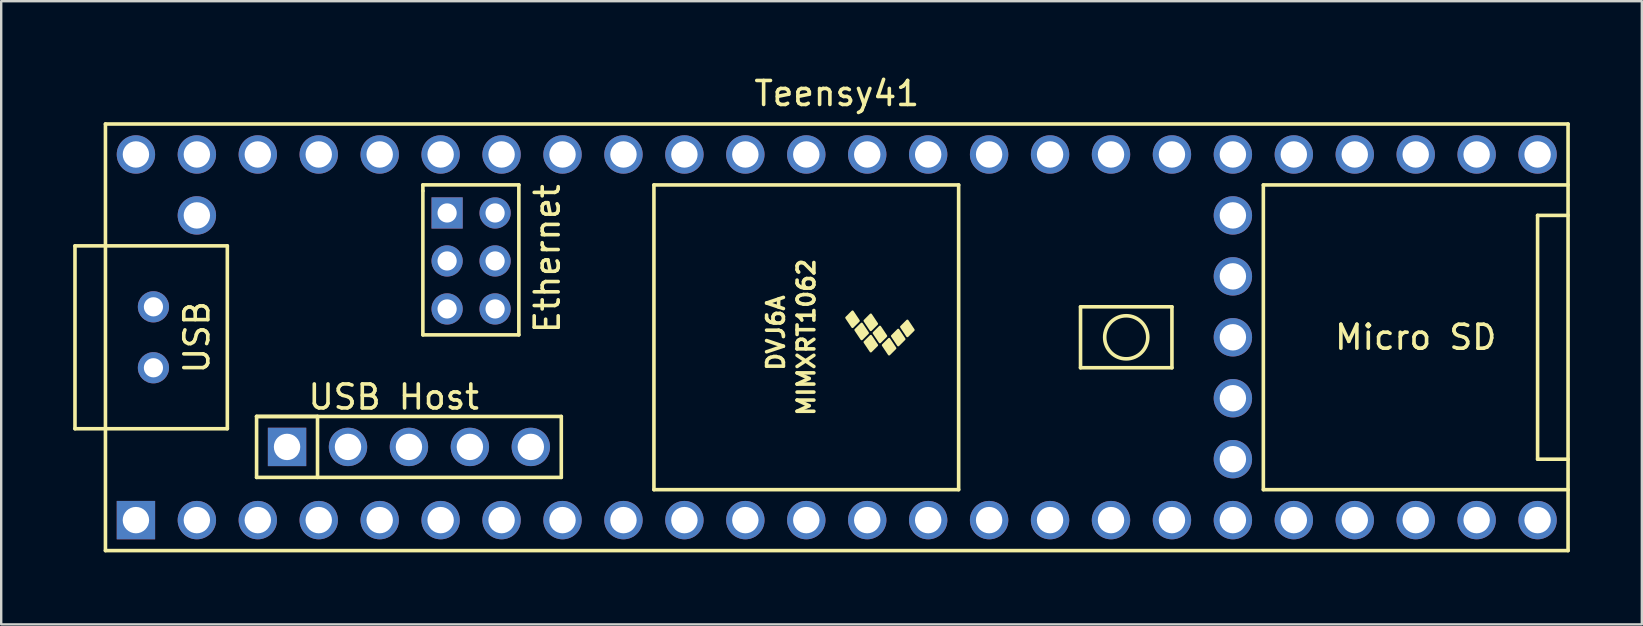
<source format=kicad_pcb>
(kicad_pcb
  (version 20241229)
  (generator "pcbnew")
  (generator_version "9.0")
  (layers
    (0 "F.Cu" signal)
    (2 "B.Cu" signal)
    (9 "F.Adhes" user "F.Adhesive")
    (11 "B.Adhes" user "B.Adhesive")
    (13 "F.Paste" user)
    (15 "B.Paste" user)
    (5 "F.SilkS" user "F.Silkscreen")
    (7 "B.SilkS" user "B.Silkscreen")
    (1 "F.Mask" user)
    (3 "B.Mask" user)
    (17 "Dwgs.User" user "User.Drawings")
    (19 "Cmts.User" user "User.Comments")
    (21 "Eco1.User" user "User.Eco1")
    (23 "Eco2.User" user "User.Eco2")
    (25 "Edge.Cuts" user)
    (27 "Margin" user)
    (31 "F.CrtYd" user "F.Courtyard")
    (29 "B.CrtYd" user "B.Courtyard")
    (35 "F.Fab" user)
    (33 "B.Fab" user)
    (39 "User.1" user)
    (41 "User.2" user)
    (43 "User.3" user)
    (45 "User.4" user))
  (footprint "Teensy41"
    (layer "F.Cu")
    (at 31.825 11.008)
    (property "Reference" "Teensy41" (at 0 -10.16 0) (layer "F.SilkS") (effects (font (size 1 1) (thickness 0.15))))
    (attr through_hole)
    (fp_line (start -31.75 -3.81) (end -30.48 -3.81) (stroke (width 0.15) (type solid)) (layer "F.SilkS"))
    (fp_line (start -31.75 3.81) (end -31.75 -3.81) (stroke (width 0.15) (type solid)) (layer "F.SilkS"))
    (fp_line (start -30.48 -8.89) (end 30.48 -8.89) (stroke (width 0.15) (type solid)) (layer "F.SilkS"))
    (fp_line (start -30.48 3.81) (end -31.75 3.81) (stroke (width 0.15) (type solid)) (layer "F.SilkS"))
    (fp_line (start -30.48 8.89) (end -30.48 -8.89) (stroke (width 0.15) (type solid)) (layer "F.SilkS"))
    (fp_line (start -25.4 -3.81) (end -30.48 -3.81) (stroke (width 0.15) (type solid)) (layer "F.SilkS"))
    (fp_line (start -25.4 3.81) (end -30.48 3.81) (stroke (width 0.15) (type solid)) (layer "F.SilkS"))
    (fp_line (start -25.4 3.81) (end -25.4 -3.81) (stroke (width 0.15) (type solid)) (layer "F.SilkS"))
    (fp_line (start -24.181 3.299) (end -21.641 3.299) (stroke (width 0.15) (type solid)) (layer "F.SilkS"))
    (fp_line (start -24.181 3.299) (end -11.481 3.299) (stroke (width 0.15) (type solid)) (layer "F.SilkS"))
    (fp_line (start -24.181 5.839) (end -24.181 3.299) (stroke (width 0.15) (type solid)) (layer "F.SilkS"))
    (fp_line (start -21.641 3.299) (end -21.641 5.839) (stroke (width 0.15) (type solid)) (layer "F.SilkS"))
    (fp_line (start -17.25 -6.352) (end -17.25 -6.102) (stroke (width 0.15) (type solid)) (layer "F.SilkS"))
    (fp_line (start -17.25 -6.102) (end -17.25 -0.102) (stroke (width 0.15) (type solid)) (layer "F.SilkS"))
    (fp_line (start -17.25 -0.102) (end -13.25 -0.102) (stroke (width 0.15) (type solid)) (layer "F.SilkS"))
    (fp_line (start -13.25 -6.352) (end -17.25 -6.352) (stroke (width 0.15) (type solid)) (layer "F.SilkS"))
    (fp_line (start -13.25 -0.102) (end -13.25 -6.352) (stroke (width 0.15) (type solid)) (layer "F.SilkS"))
    (fp_line (start -11.481 3.299) (end -11.481 5.839) (stroke (width 0.15) (type solid)) (layer "F.SilkS"))
    (fp_line (start -11.481 5.839) (end -24.181 5.839) (stroke (width 0.15) (type solid)) (layer "F.SilkS"))
    (fp_line (start -7.62 -6.35) (end -7.62 6.35) (stroke (width 0.15) (type solid)) (layer "F.SilkS"))
    (fp_line (start -7.62 6.35) (end 5.08 6.35) (stroke (width 0.15) (type solid)) (layer "F.SilkS"))
    (fp_line (start 5.08 -6.35) (end -7.62 -6.35) (stroke (width 0.15) (type solid)) (layer "F.SilkS"))
    (fp_line (start 5.08 6.35) (end 5.08 -6.35) (stroke (width 0.15) (type solid)) (layer "F.SilkS"))
    (fp_line (start 10.16 -1.27) (end 13.97 -1.27) (stroke (width 0.15) (type solid)) (layer "F.SilkS"))
    (fp_line (start 10.16 1.27) (end 10.16 -1.27) (stroke (width 0.15) (type solid)) (layer "F.SilkS"))
    (fp_line (start 13.97 -1.27) (end 13.97 1.27) (stroke (width 0.15) (type solid)) (layer "F.SilkS"))
    (fp_line (start 13.97 1.27) (end 10.16 1.27) (stroke (width 0.15) (type solid)) (layer "F.SilkS"))
    (fp_line (start 17.78 -6.35) (end 17.78 6.35) (stroke (width 0.15) (type solid)) (layer "F.SilkS"))
    (fp_line (start 17.78 6.35) (end 30.48 6.35) (stroke (width 0.15) (type solid)) (layer "F.SilkS"))
    (fp_line (start 29.21 -5.08) (end 29.21 5.08) (stroke (width 0.15) (type solid)) (layer "F.SilkS"))
    (fp_line (start 29.21 5.08) (end 30.48 5.08) (stroke (width 0.15) (type solid)) (layer "F.SilkS"))
    (fp_line (start 30.48 -8.89) (end 30.48 8.89) (stroke (width 0.15) (type solid)) (layer "F.SilkS"))
    (fp_line (start 30.48 -6.35) (end 17.78 -6.35) (stroke (width 0.15) (type solid)) (layer "F.SilkS"))
    (fp_line (start 30.48 -5.08) (end 29.21 -5.08) (stroke (width 0.15) (type solid)) (layer "F.SilkS"))
    (fp_line (start 30.48 8.89) (end -30.48 8.89) (stroke (width 0.15) (type solid)) (layer "F.SilkS"))
    (fp_circle (center 12.065 0) (end 12.7 -0.635) (stroke (width 0.15) (type solid)) (fill no) (layer "F.SilkS"))
    (fp_poly (pts (xy 0.911 -0.688) (xy 0.657 -0.434) (xy 0.403 -0.815) (xy 0.657 -1.069)) (stroke (width 0.1) (type solid)) (fill yes) (layer "F.SilkS"))
    (fp_poly (pts (xy 1.292 -0.18) (xy 1.038 0.074) (xy 0.784 -0.307) (xy 1.038 -0.561)) (stroke (width 0.1) (type solid)) (fill yes) (layer "F.SilkS"))
    (fp_poly (pts (xy 1.673 -0.561) (xy 1.419 -0.307) (xy 1.165 -0.688) (xy 1.419 -0.942)) (stroke (width 0.1) (type solid)) (fill yes) (layer "F.SilkS"))
    (fp_poly (pts (xy 1.673 0.328) (xy 1.419 0.582) (xy 1.165 0.201) (xy 1.419 -0.053)) (stroke (width 0.1) (type solid)) (fill yes) (layer "F.SilkS"))
    (fp_poly (pts (xy 2.054 -0.053) (xy 1.8 0.201) (xy 1.546 -0.18) (xy 1.8 -0.434)) (stroke (width 0.1) (type solid)) (fill yes) (layer "F.SilkS"))
    (fp_poly (pts (xy 2.435 0.455) (xy 2.181 0.709) (xy 1.927 0.328) (xy 2.181 0.074)) (stroke (width 0.1) (type solid)) (fill yes) (layer "F.SilkS"))
    (fp_poly (pts (xy 2.816 0.074) (xy 2.562 0.328) (xy 2.308 -0.053) (xy 2.562 -0.307)) (stroke (width 0.1) (type solid)) (fill yes) (layer "F.SilkS"))
    (fp_poly (pts (xy 3.197 -0.307) (xy 2.943 -0.053) (xy 2.689 -0.434) (xy 2.943 -0.688)) (stroke (width 0.1) (type solid)) (fill yes) (layer "F.SilkS"))
    (fp_text user "DVJ6A" (at -2.54 -0.18 270) (layer "F.SilkS") (effects (font (size 0.7 0.7) (thickness 0.15))))
    (fp_text user "USB" (at -26.67 0 270) (layer "F.SilkS") (effects (font (size 1 1) (thickness 0.15))))
    (fp_text user "MIMXRT1062" (at -1.27 0 270) (layer "F.SilkS") (effects (font (size 0.7 0.7) (thickness 0.15))))
    (fp_text user "Micro SD" (at 24.13 0 0) (layer "F.SilkS") (effects (font (size 1 1) (thickness 0.15))))
    (fp_text user "USB Host" (at -18.466 2.489 0) (layer "F.SilkS") (effects (font (size 1 1) (thickness 0.15))))
    (fp_text user "Ethernet" (at -12.065 -3.277 90) (layer "F.SilkS") (effects (font (size 1 1) (thickness 0.15))))
    (pad "1" thru_hole rect (at -29.21 7.62) (size 1.6 1.6) (drill 1.1) (layers "*.Cu" "*.Mask"))
    (pad "2" thru_hole circle (at -26.67 7.62) (size 1.6 1.6) (drill 1.1) (layers "*.Cu" "*.Mask"))
    (pad "3" thru_hole circle (at -24.13 7.62) (size 1.6 1.6) (drill 1.1) (layers "*.Cu" "*.Mask"))
    (pad "4" thru_hole circle (at -21.59 7.62) (size 1.6 1.6) (drill 1.1) (layers "*.Cu" "*.Mask"))
    (pad "5" thru_hole circle (at -19.05 7.62) (size 1.6 1.6) (drill 1.1) (layers "*.Cu" "*.Mask"))
    (pad "6" thru_hole circle (at -16.51 7.62) (size 1.6 1.6) (drill 1.1) (layers "*.Cu" "*.Mask"))
    (pad "7" thru_hole circle (at -13.97 7.62) (size 1.6 1.6) (drill 1.1) (layers "*.Cu" "*.Mask"))
    (pad "8" thru_hole circle (at -11.43 7.62) (size 1.6 1.6) (drill 1.1) (layers "*.Cu" "*.Mask"))
    (pad "9" thru_hole circle (at -8.89 7.62) (size 1.6 1.6) (drill 1.1) (layers "*.Cu" "*.Mask"))
    (pad "10" thru_hole circle (at -6.35 7.62) (size 1.6 1.6) (drill 1.1) (layers "*.Cu" "*.Mask"))
    (pad "11" thru_hole circle (at -3.81 7.62) (size 1.6 1.6) (drill 1.1) (layers "*.Cu" "*.Mask"))
    (pad "12" thru_hole circle (at -1.27 7.62) (size 1.6 1.6) (drill 1.1) (layers "*.Cu" "*.Mask"))
    (pad "13" thru_hole circle (at 1.27 7.62) (size 1.6 1.6) (drill 1.1) (layers "*.Cu" "*.Mask"))
    (pad "14" thru_hole circle (at 3.81 7.62) (size 1.6 1.6) (drill 1.1) (layers "*.Cu" "*.Mask"))
    (pad "15" thru_hole circle (at 6.35 7.62) (size 1.6 1.6) (drill 1.1) (layers "*.Cu" "*.Mask"))
    (pad "16" thru_hole circle (at 8.89 7.62) (size 1.6 1.6) (drill 1.1) (layers "*.Cu" "*.Mask"))
    (pad "17" thru_hole circle (at 11.43 7.62) (size 1.6 1.6) (drill 1.1) (layers "*.Cu" "*.Mask"))
    (pad "18" thru_hole circle (at 13.97 7.62) (size 1.6 1.6) (drill 1.1) (layers "*.Cu" "*.Mask"))
    (pad "19" thru_hole circle (at 16.51 7.62) (size 1.6 1.6) (drill 1.1) (layers "*.Cu" "*.Mask"))
    (pad "20" thru_hole circle (at 19.05 7.62) (size 1.6 1.6) (drill 1.1) (layers "*.Cu" "*.Mask"))
    (pad "21" thru_hole circle (at 21.59 7.62) (size 1.6 1.6) (drill 1.1) (layers "*.Cu" "*.Mask"))
    (pad "22" thru_hole circle (at 24.13 7.62) (size 1.6 1.6) (drill 1.1) (layers "*.Cu" "*.Mask"))
    (pad "23" thru_hole circle (at 26.67 7.62) (size 1.6 1.6) (drill 1.1) (layers "*.Cu" "*.Mask"))
    (pad "24" thru_hole circle (at 29.21 7.62) (size 1.6 1.6) (drill 1.1) (layers "*.Cu" "*.Mask"))
    (pad "25" thru_hole circle (at 29.21 -7.62) (size 1.6 1.6) (drill 1.1) (layers "*.Cu" "*.Mask"))
    (pad "26" thru_hole circle (at 26.67 -7.62) (size 1.6 1.6) (drill 1.1) (layers "*.Cu" "*.Mask"))
    (pad "27" thru_hole circle (at 24.13 -7.62) (size 1.6 1.6) (drill 1.1) (layers "*.Cu" "*.Mask"))
    (pad "28" thru_hole circle (at 21.59 -7.62) (size 1.6 1.6) (drill 1.1) (layers "*.Cu" "*.Mask"))
    (pad "29" thru_hole circle (at 19.05 -7.62) (size 1.6 1.6) (drill 1.1) (layers "*.Cu" "*.Mask"))
    (pad "30" thru_hole circle (at 16.51 -7.62) (size 1.6 1.6) (drill 1.1) (layers "*.Cu" "*.Mask"))
    (pad "31" thru_hole circle (at 13.97 -7.62) (size 1.6 1.6) (drill 1.1) (layers "*.Cu" "*.Mask"))
    (pad "32" thru_hole circle (at 11.43 -7.62) (size 1.6 1.6) (drill 1.1) (layers "*.Cu" "*.Mask"))
    (pad "33" thru_hole circle (at 8.89 -7.62) (size 1.6 1.6) (drill 1.1) (layers "*.Cu" "*.Mask"))
    (pad "34" thru_hole circle (at 6.35 -7.62) (size 1.6 1.6) (drill 1.1) (layers "*.Cu" "*.Mask"))
    (pad "35" thru_hole circle (at 3.81 -7.62) (size 1.6 1.6) (drill 1.1) (layers "*.Cu" "*.Mask"))
    (pad "36" thru_hole circle (at 1.27 -7.62) (size 1.6 1.6) (drill 1.1) (layers "*.Cu" "*.Mask"))
    (pad "37" thru_hole circle (at -1.27 -7.62) (size 1.6 1.6) (drill 1.1) (layers "*.Cu" "*.Mask"))
    (pad "38" thru_hole circle (at -3.81 -7.62) (size 1.6 1.6) (drill 1.1) (layers "*.Cu" "*.Mask"))
    (pad "39" thru_hole circle (at -6.35 -7.62) (size 1.6 1.6) (drill 1.1) (layers "*.Cu" "*.Mask"))
    (pad "40" thru_hole circle (at -8.89 -7.62) (size 1.6 1.6) (drill 1.1) (layers "*.Cu" "*.Mask"))
    (pad "41" thru_hole circle (at -11.43 -7.62) (size 1.6 1.6) (drill 1.1) (layers "*.Cu" "*.Mask"))
    (pad "42" thru_hole circle (at -13.97 -7.62) (size 1.6 1.6) (drill 1.1) (layers "*.Cu" "*.Mask"))
    (pad "43" thru_hole circle (at -16.51 -7.62) (size 1.6 1.6) (drill 1.1) (layers "*.Cu" "*.Mask"))
    (pad "44" thru_hole circle (at -19.05 -7.62) (size 1.6 1.6) (drill 1.1) (layers "*.Cu" "*.Mask"))
    (pad "45" thru_hole circle (at -21.59 -7.62) (size 1.6 1.6) (drill 1.1) (layers "*.Cu" "*.Mask"))
    (pad "46" thru_hole circle (at -24.13 -7.62) (size 1.6 1.6) (drill 1.1) (layers "*.Cu" "*.Mask"))
    (pad "47" thru_hole circle (at -26.67 -7.62) (size 1.6 1.6) (drill 1.1) (layers "*.Cu" "*.Mask"))
    (pad "48" thru_hole circle (at -29.21 -7.62) (size 1.6 1.6) (drill 1.1) (layers "*.Cu" "*.Mask"))
    (pad "49" thru_hole circle (at -26.67 -5.08) (size 1.6 1.6) (drill 1.1) (layers "*.Cu" "*.Mask"))
    (pad "50" thru_hole circle (at 16.51 5.08) (size 1.6 1.6) (drill 1.1) (layers "*.Cu" "*.Mask"))
    (pad "51" thru_hole circle (at 16.51 2.54) (size 1.6 1.6) (drill 1.1) (layers "*.Cu" "*.Mask"))
    (pad "52" thru_hole circle (at 16.51 0) (size 1.6 1.6) (drill 1.1) (layers "*.Cu" "*.Mask"))
    (pad "53" thru_hole circle (at 16.51 -2.54) (size 1.6 1.6) (drill 1.1) (layers "*.Cu" "*.Mask"))
    (pad "54" thru_hole circle (at 16.51 -5.08) (size 1.6 1.6) (drill 1.1) (layers "*.Cu" "*.Mask"))
    (pad "55" thru_hole rect (at -22.911 4.569) (size 1.6 1.6) (drill 1.1) (layers "*.Cu" "*.Mask"))
    (pad "56" thru_hole circle (at -20.371 4.569) (size 1.6 1.6) (drill 1.1) (layers "*.Cu" "*.Mask"))
    (pad "57" thru_hole circle (at -17.831 4.569) (size 1.6 1.6) (drill 1.1) (layers "*.Cu" "*.Mask"))
    (pad "58" thru_hole circle (at -15.291 4.569) (size 1.6 1.6) (drill 1.1) (layers "*.Cu" "*.Mask"))
    (pad "59" thru_hole circle (at -12.751 4.569) (size 1.6 1.6) (drill 1.1) (layers "*.Cu" "*.Mask"))
    (pad "60" thru_hole rect (at -16.24 -5.182) (size 1.3 1.3) (drill 0.8) (layers "*.Cu" "*.Mask"))
    (pad "61" thru_hole circle (at -16.24 -3.182) (size 1.3 1.3) (drill 0.8) (layers "*.Cu" "*.Mask"))
    (pad "62" thru_hole circle (at -16.24 -1.182) (size 1.3 1.3) (drill 0.8) (layers "*.Cu" "*.Mask"))
    (pad "63" thru_hole circle (at -14.24 -1.182) (size 1.3 1.3) (drill 0.8) (layers "*.Cu" "*.Mask"))
    (pad "64" thru_hole circle (at -14.24 -3.182) (size 1.3 1.3) (drill 0.8) (layers "*.Cu" "*.Mask"))
    (pad "65" thru_hole circle (at -14.24 -5.182) (size 1.3 1.3) (drill 0.8) (layers "*.Cu" "*.Mask"))
    (pad "66" thru_hole circle (at -28.48 -1.27) (size 1.3 1.3) (drill 0.8) (layers "*.Cu" "*.Mask"))
    (pad "67" thru_hole circle (at -28.48 1.27) (size 1.3 1.3) (drill 0.8) (layers "*.Cu" "*.Mask")))
  (gr_rect
    (start -3 -3)
    (end 65.38 22.973)
    (stroke (width 0.1) (type default))
    (fill no)
    (layer "Edge.Cuts")))
</source>
